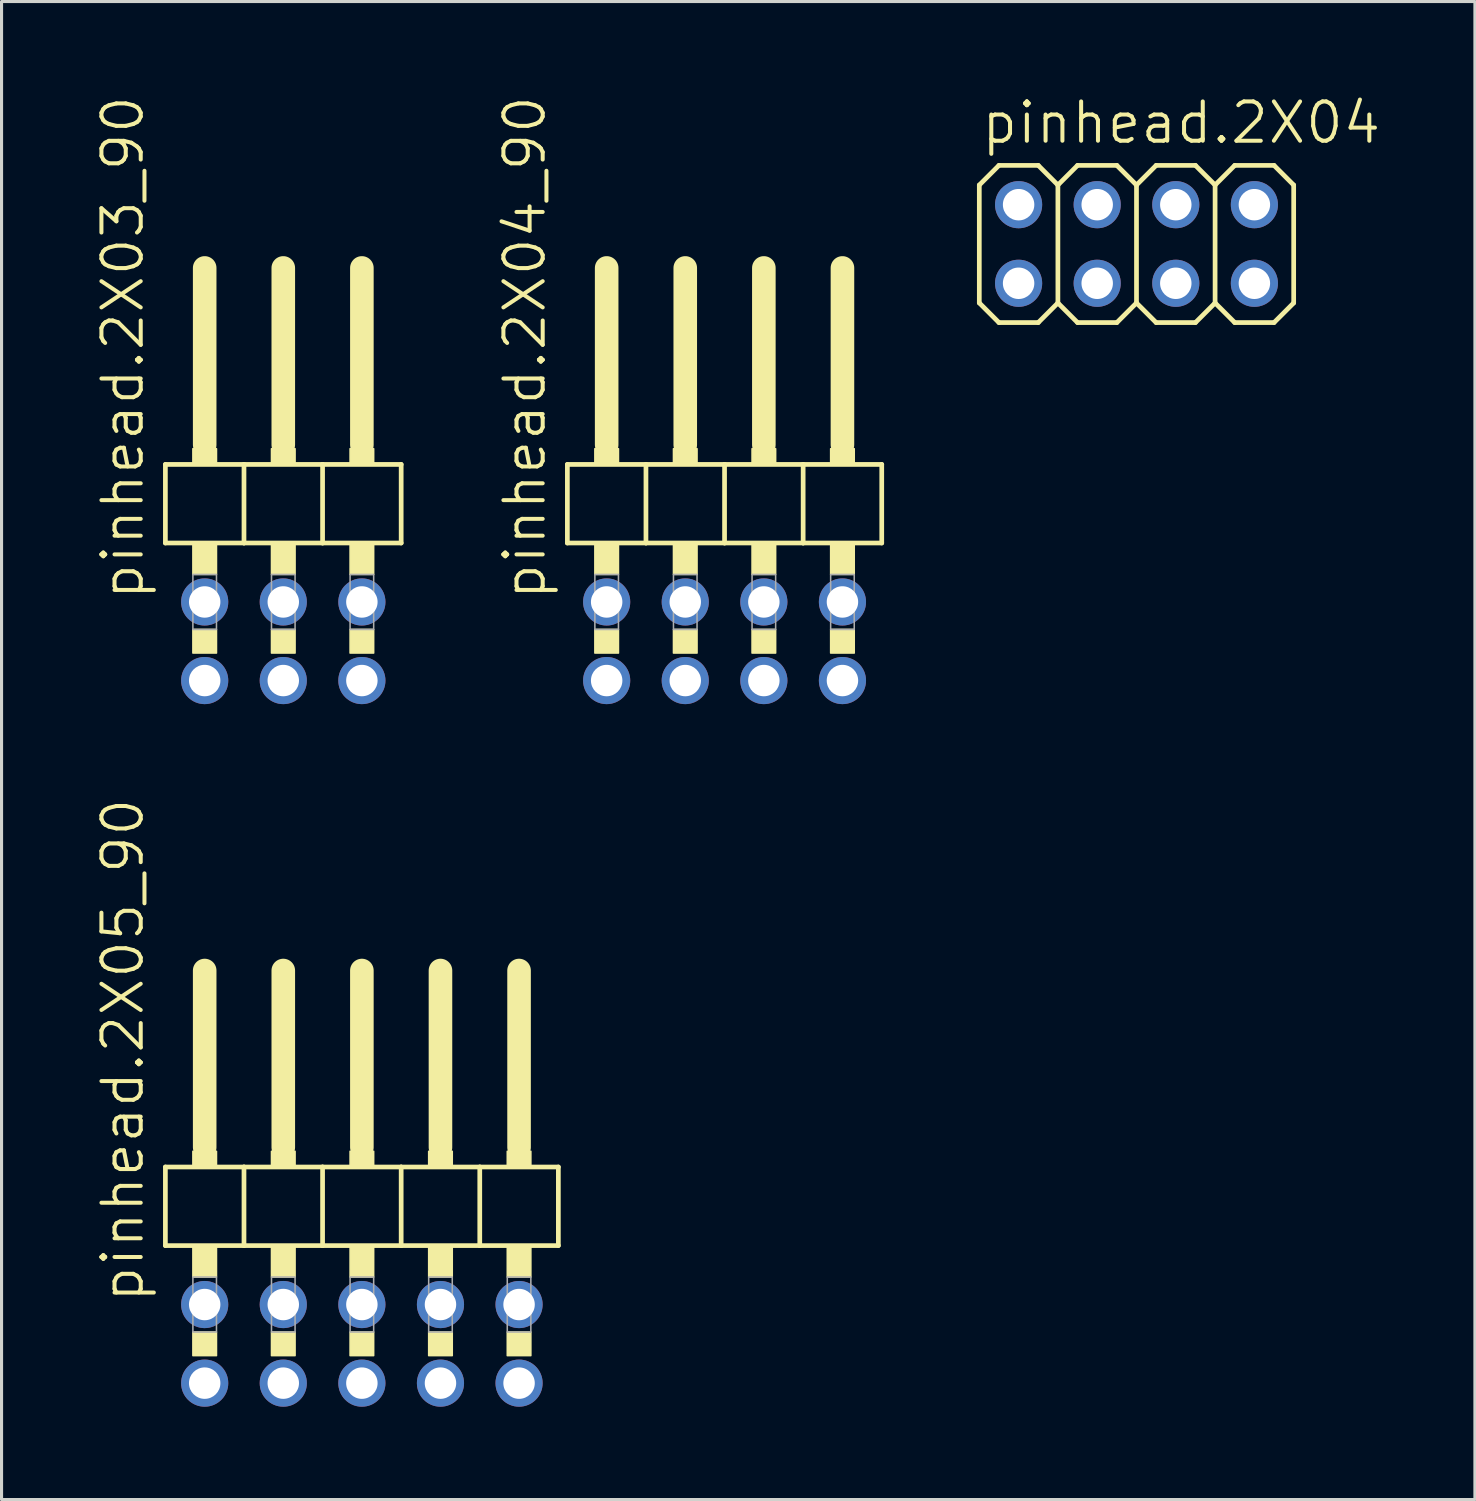
<source format=kicad_pcb>
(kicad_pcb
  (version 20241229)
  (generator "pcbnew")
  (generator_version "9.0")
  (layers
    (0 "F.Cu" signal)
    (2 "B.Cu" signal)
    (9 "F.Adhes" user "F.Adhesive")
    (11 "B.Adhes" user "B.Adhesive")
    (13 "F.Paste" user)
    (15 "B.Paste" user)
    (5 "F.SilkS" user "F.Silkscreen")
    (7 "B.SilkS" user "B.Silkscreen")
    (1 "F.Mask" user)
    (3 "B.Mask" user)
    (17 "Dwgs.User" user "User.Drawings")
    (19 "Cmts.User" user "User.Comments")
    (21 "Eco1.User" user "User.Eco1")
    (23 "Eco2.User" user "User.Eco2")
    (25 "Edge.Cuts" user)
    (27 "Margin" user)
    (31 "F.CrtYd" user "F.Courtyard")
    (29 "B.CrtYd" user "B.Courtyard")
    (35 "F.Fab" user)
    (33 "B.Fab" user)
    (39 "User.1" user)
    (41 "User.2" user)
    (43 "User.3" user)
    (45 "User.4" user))
  (footprint "pinhead.2X03_90"
    (layer "F.Cu")
    (at 6.105 12.594)
    (property "Reference" "pinhead.2X03_90" (at -4.445 3.81 90) (layer "F.SilkS") (effects (font (size 1.27 1.27) (thickness 0.13)) (justify left bottom)))
    (attr through_hole)
    (fp_line (start -3.81 -0.635) (end -3.81 1.905) (stroke (width 0.152) (type default)) (layer "F.SilkS"))
    (fp_line (start -3.81 1.905) (end -1.27 1.905) (stroke (width 0.152) (type default)) (layer "F.SilkS"))
    (fp_line (start -2.54 -6.985) (end -2.54 -1.27) (stroke (width 0.762) (type default)) (layer "F.SilkS"))
    (fp_line (start -1.27 -0.635) (end -3.81 -0.635) (stroke (width 0.152) (type default)) (layer "F.SilkS"))
    (fp_line (start -1.27 1.905) (end -1.27 -0.635) (stroke (width 0.152) (type default)) (layer "F.SilkS"))
    (fp_line (start -1.27 1.905) (end 1.27 1.905) (stroke (width 0.152) (type default)) (layer "F.SilkS"))
    (fp_line (start 0 -6.985) (end 0 -1.27) (stroke (width 0.762) (type default)) (layer "F.SilkS"))
    (fp_line (start 1.27 -0.635) (end -1.27 -0.635) (stroke (width 0.152) (type default)) (layer "F.SilkS"))
    (fp_line (start 1.27 1.905) (end 1.27 -0.635) (stroke (width 0.152) (type default)) (layer "F.SilkS"))
    (fp_line (start 1.27 1.905) (end 3.81 1.905) (stroke (width 0.152) (type default)) (layer "F.SilkS"))
    (fp_line (start 2.54 -6.985) (end 2.54 -1.27) (stroke (width 0.762) (type default)) (layer "F.SilkS"))
    (fp_line (start 3.81 -0.635) (end 1.27 -0.635) (stroke (width 0.152) (type default)) (layer "F.SilkS"))
    (fp_line (start 3.81 1.905) (end 3.81 -0.635) (stroke (width 0.152) (type default)) (layer "F.SilkS"))
    (fp_rect (start -2.921 -0.635) (end -2.159 -1.143) (stroke (width 0.05) (type default)) (fill yes) (layer "F.SilkS"))
    (fp_rect (start -2.921 2.921) (end -2.159 1.905) (stroke (width 0.05) (type default)) (fill yes) (layer "F.SilkS"))
    (fp_rect (start -2.921 5.461) (end -2.159 4.699) (stroke (width 0.05) (type default)) (fill yes) (layer "F.SilkS"))
    (fp_rect (start -0.381 -0.635) (end 0.381 -1.143) (stroke (width 0.05) (type default)) (fill yes) (layer "F.SilkS"))
    (fp_rect (start -0.381 2.921) (end 0.381 1.905) (stroke (width 0.05) (type default)) (fill yes) (layer "F.SilkS"))
    (fp_rect (start -0.381 5.461) (end 0.381 4.699) (stroke (width 0.05) (type default)) (fill yes) (layer "F.SilkS"))
    (fp_rect (start 2.159 -0.635) (end 2.921 -1.143) (stroke (width 0.05) (type default)) (fill yes) (layer "F.SilkS"))
    (fp_rect (start 2.159 2.921) (end 2.921 1.905) (stroke (width 0.05) (type default)) (fill yes) (layer "F.SilkS"))
    (fp_rect (start 2.159 5.461) (end 2.921 4.699) (stroke (width 0.05) (type default)) (fill yes) (layer "F.SilkS"))
    (fp_rect (start -2.921 4.699) (end -2.159 2.921) (stroke (width 0.05) (type default)) (fill no) (layer "F.Fab"))
    (fp_rect (start -0.381 4.699) (end 0.381 2.921) (stroke (width 0.05) (type default)) (fill no) (layer "F.Fab"))
    (fp_rect (start 2.159 4.699) (end 2.921 2.921) (stroke (width 0.05) (type default)) (fill no) (layer "F.Fab"))
    (pad "1" thru_hole circle (at -2.54 6.35) (size 1.524 1.524) (drill 1.016) (layers "*.Cu" "*.Mask"))
    (pad "2" thru_hole circle (at -2.54 3.81) (size 1.524 1.524) (drill 1.016) (layers "*.Cu" "*.Mask"))
    (pad "3" thru_hole circle (at 0 6.35) (size 1.524 1.524) (drill 1.016) (layers "*.Cu" "*.Mask"))
    (pad "4" thru_hole circle (at 0 3.81) (size 1.524 1.524) (drill 1.016) (layers "*.Cu" "*.Mask"))
    (pad "5" thru_hole circle (at 2.54 6.35) (size 1.524 1.524) (drill 1.016) (layers "*.Cu" "*.Mask"))
    (pad "6" thru_hole circle (at 2.54 3.81) (size 1.524 1.524) (drill 1.016) (layers "*.Cu" "*.Mask")))
  (footprint "pinhead.2X04"
    (layer "F.Cu")
    (at 33.679 4.835)
    (property "Reference" "pinhead.2X04" (at -5.08 -3.175 0) (layer "F.SilkS") (effects (font (size 1.27 1.27) (thickness 0.13)) (justify left bottom)))
    (attr through_hole)
    (fp_line (start -5.08 -1.905) (end -4.445 -2.54) (stroke (width 0.152) (type default)) (layer "F.SilkS"))
    (fp_line (start -5.08 1.905) (end -5.08 -1.905) (stroke (width 0.152) (type default)) (layer "F.SilkS"))
    (fp_line (start -5.08 1.905) (end -4.445 2.54) (stroke (width 0.152) (type default)) (layer "F.SilkS"))
    (fp_line (start -4.445 -2.54) (end -3.175 -2.54) (stroke (width 0.152) (type default)) (layer "F.SilkS"))
    (fp_line (start -4.445 2.54) (end -3.175 2.54) (stroke (width 0.152) (type default)) (layer "F.SilkS"))
    (fp_line (start -3.175 -2.54) (end -2.54 -1.905) (stroke (width 0.152) (type default)) (layer "F.SilkS"))
    (fp_line (start -3.175 2.54) (end -2.54 1.905) (stroke (width 0.152) (type default)) (layer "F.SilkS"))
    (fp_line (start -2.54 -1.905) (end -2.54 1.905) (stroke (width 0.152) (type default)) (layer "F.SilkS"))
    (fp_line (start -2.54 -1.905) (end -1.905 -2.54) (stroke (width 0.152) (type default)) (layer "F.SilkS"))
    (fp_line (start -2.54 1.905) (end -1.905 2.54) (stroke (width 0.152) (type default)) (layer "F.SilkS"))
    (fp_line (start -1.905 -2.54) (end -0.635 -2.54) (stroke (width 0.152) (type default)) (layer "F.SilkS"))
    (fp_line (start -1.905 2.54) (end -0.635 2.54) (stroke (width 0.152) (type default)) (layer "F.SilkS"))
    (fp_line (start -0.635 -2.54) (end 0 -1.905) (stroke (width 0.152) (type default)) (layer "F.SilkS"))
    (fp_line (start -0.635 2.54) (end 0 1.905) (stroke (width 0.152) (type default)) (layer "F.SilkS"))
    (fp_line (start 0 -1.905) (end 0 1.905) (stroke (width 0.152) (type default)) (layer "F.SilkS"))
    (fp_line (start 0 -1.905) (end 0.635 -2.54) (stroke (width 0.152) (type default)) (layer "F.SilkS"))
    (fp_line (start 0 1.905) (end 0.635 2.54) (stroke (width 0.152) (type default)) (layer "F.SilkS"))
    (fp_line (start 0.635 -2.54) (end 1.905 -2.54) (stroke (width 0.152) (type default)) (layer "F.SilkS"))
    (fp_line (start 0.635 2.54) (end 1.905 2.54) (stroke (width 0.152) (type default)) (layer "F.SilkS"))
    (fp_line (start 1.905 -2.54) (end 2.54 -1.905) (stroke (width 0.152) (type default)) (layer "F.SilkS"))
    (fp_line (start 1.905 2.54) (end 2.54 1.905) (stroke (width 0.152) (type default)) (layer "F.SilkS"))
    (fp_line (start 2.54 -1.905) (end 2.54 1.905) (stroke (width 0.152) (type default)) (layer "F.SilkS"))
    (fp_line (start 2.54 -1.905) (end 3.175 -2.54) (stroke (width 0.152) (type default)) (layer "F.SilkS"))
    (fp_line (start 2.54 1.905) (end 3.175 2.54) (stroke (width 0.152) (type default)) (layer "F.SilkS"))
    (fp_line (start 3.175 -2.54) (end 4.445 -2.54) (stroke (width 0.152) (type default)) (layer "F.SilkS"))
    (fp_line (start 3.175 2.54) (end 4.445 2.54) (stroke (width 0.152) (type default)) (layer "F.SilkS"))
    (fp_line (start 4.445 -2.54) (end 5.08 -1.905) (stroke (width 0.152) (type default)) (layer "F.SilkS"))
    (fp_line (start 4.445 2.54) (end 5.08 1.905) (stroke (width 0.152) (type default)) (layer "F.SilkS"))
    (fp_line (start 5.08 -1.905) (end 5.08 1.905) (stroke (width 0.152) (type default)) (layer "F.SilkS"))
    (fp_rect (start -4.064 -1.016) (end -3.556 -1.524) (stroke (width 0.05) (type default)) (fill no) (layer "F.Fab"))
    (fp_rect (start -4.064 1.524) (end -3.556 1.016) (stroke (width 0.05) (type default)) (fill no) (layer "F.Fab"))
    (fp_rect (start -1.524 -1.016) (end -1.016 -1.524) (stroke (width 0.05) (type default)) (fill no) (layer "F.Fab"))
    (fp_rect (start -1.524 1.524) (end -1.016 1.016) (stroke (width 0.05) (type default)) (fill no) (layer "F.Fab"))
    (fp_rect (start 1.016 -1.016) (end 1.524 -1.524) (stroke (width 0.05) (type default)) (fill no) (layer "F.Fab"))
    (fp_rect (start 1.016 1.524) (end 1.524 1.016) (stroke (width 0.05) (type default)) (fill no) (layer "F.Fab"))
    (fp_rect (start 3.556 -1.016) (end 4.064 -1.524) (stroke (width 0.05) (type default)) (fill no) (layer "F.Fab"))
    (fp_rect (start 3.556 1.524) (end 4.064 1.016) (stroke (width 0.05) (type default)) (fill no) (layer "F.Fab"))
    (pad "1" thru_hole circle (at -3.81 1.27) (size 1.524 1.524) (drill 1.016) (layers "*.Cu" "*.Mask"))
    (pad "2" thru_hole circle (at -3.81 -1.27) (size 1.524 1.524) (drill 1.016) (layers "*.Cu" "*.Mask"))
    (pad "3" thru_hole circle (at -1.27 1.27) (size 1.524 1.524) (drill 1.016) (layers "*.Cu" "*.Mask"))
    (pad "4" thru_hole circle (at -1.27 -1.27) (size 1.524 1.524) (drill 1.016) (layers "*.Cu" "*.Mask"))
    (pad "5" thru_hole circle (at 1.27 1.27) (size 1.524 1.524) (drill 1.016) (layers "*.Cu" "*.Mask"))
    (pad "6" thru_hole circle (at 1.27 -1.27) (size 1.524 1.524) (drill 1.016) (layers "*.Cu" "*.Mask"))
    (pad "7" thru_hole circle (at 3.81 1.27) (size 1.524 1.524) (drill 1.016) (layers "*.Cu" "*.Mask"))
    (pad "8" thru_hole circle (at 3.81 -1.27) (size 1.524 1.524) (drill 1.016) (layers "*.Cu" "*.Mask")))
  (footprint "pinhead.2X05_90"
    (layer "F.Cu")
    (at 8.645 35.3)
    (property "Reference" "pinhead.2X05_90" (at -6.985 3.81 90) (layer "F.SilkS") (effects (font (size 1.27 1.27) (thickness 0.13)) (justify left bottom)))
    (attr through_hole)
    (fp_line (start -6.35 -0.635) (end -6.35 1.905) (stroke (width 0.152) (type default)) (layer "F.SilkS"))
    (fp_line (start -6.35 1.905) (end -3.81 1.905) (stroke (width 0.152) (type default)) (layer "F.SilkS"))
    (fp_line (start -5.08 -6.985) (end -5.08 -1.27) (stroke (width 0.762) (type default)) (layer "F.SilkS"))
    (fp_line (start -3.81 -0.635) (end -6.35 -0.635) (stroke (width 0.152) (type default)) (layer "F.SilkS"))
    (fp_line (start -3.81 1.905) (end -3.81 -0.635) (stroke (width 0.152) (type default)) (layer "F.SilkS"))
    (fp_line (start -3.81 1.905) (end -1.27 1.905) (stroke (width 0.152) (type default)) (layer "F.SilkS"))
    (fp_line (start -2.54 -6.985) (end -2.54 -1.27) (stroke (width 0.762) (type default)) (layer "F.SilkS"))
    (fp_line (start -1.27 -0.635) (end -3.81 -0.635) (stroke (width 0.152) (type default)) (layer "F.SilkS"))
    (fp_line (start -1.27 1.905) (end -1.27 -0.635) (stroke (width 0.152) (type default)) (layer "F.SilkS"))
    (fp_line (start -1.27 1.905) (end 1.27 1.905) (stroke (width 0.152) (type default)) (layer "F.SilkS"))
    (fp_line (start 0 -6.985) (end 0 -1.27) (stroke (width 0.762) (type default)) (layer "F.SilkS"))
    (fp_line (start 1.27 -0.635) (end -1.27 -0.635) (stroke (width 0.152) (type default)) (layer "F.SilkS"))
    (fp_line (start 1.27 1.905) (end 1.27 -0.635) (stroke (width 0.152) (type default)) (layer "F.SilkS"))
    (fp_line (start 1.27 1.905) (end 3.81 1.905) (stroke (width 0.152) (type default)) (layer "F.SilkS"))
    (fp_line (start 2.54 -6.985) (end 2.54 -1.27) (stroke (width 0.762) (type default)) (layer "F.SilkS"))
    (fp_line (start 3.81 -0.635) (end 1.27 -0.635) (stroke (width 0.152) (type default)) (layer "F.SilkS"))
    (fp_line (start 3.81 1.905) (end 3.81 -0.635) (stroke (width 0.152) (type default)) (layer "F.SilkS"))
    (fp_line (start 3.81 1.905) (end 6.35 1.905) (stroke (width 0.152) (type default)) (layer "F.SilkS"))
    (fp_line (start 5.08 -6.985) (end 5.08 -1.27) (stroke (width 0.762) (type default)) (layer "F.SilkS"))
    (fp_line (start 6.35 -0.635) (end 3.81 -0.635) (stroke (width 0.152) (type default)) (layer "F.SilkS"))
    (fp_line (start 6.35 1.905) (end 6.35 -0.635) (stroke (width 0.152) (type default)) (layer "F.SilkS"))
    (fp_rect (start -5.461 -0.635) (end -4.699 -1.143) (stroke (width 0.05) (type default)) (fill yes) (layer "F.SilkS"))
    (fp_rect (start -5.461 2.921) (end -4.699 1.905) (stroke (width 0.05) (type default)) (fill yes) (layer "F.SilkS"))
    (fp_rect (start -5.461 5.461) (end -4.699 4.699) (stroke (width 0.05) (type default)) (fill yes) (layer "F.SilkS"))
    (fp_rect (start -2.921 -0.635) (end -2.159 -1.143) (stroke (width 0.05) (type default)) (fill yes) (layer "F.SilkS"))
    (fp_rect (start -2.921 2.921) (end -2.159 1.905) (stroke (width 0.05) (type default)) (fill yes) (layer "F.SilkS"))
    (fp_rect (start -2.921 5.461) (end -2.159 4.699) (stroke (width 0.05) (type default)) (fill yes) (layer "F.SilkS"))
    (fp_rect (start -0.381 -0.635) (end 0.381 -1.143) (stroke (width 0.05) (type default)) (fill yes) (layer "F.SilkS"))
    (fp_rect (start -0.381 2.921) (end 0.381 1.905) (stroke (width 0.05) (type default)) (fill yes) (layer "F.SilkS"))
    (fp_rect (start -0.381 5.461) (end 0.381 4.699) (stroke (width 0.05) (type default)) (fill yes) (layer "F.SilkS"))
    (fp_rect (start 2.159 -0.635) (end 2.921 -1.143) (stroke (width 0.05) (type default)) (fill yes) (layer "F.SilkS"))
    (fp_rect (start 2.159 2.921) (end 2.921 1.905) (stroke (width 0.05) (type default)) (fill yes) (layer "F.SilkS"))
    (fp_rect (start 2.159 5.461) (end 2.921 4.699) (stroke (width 0.05) (type default)) (fill yes) (layer "F.SilkS"))
    (fp_rect (start 4.699 -0.635) (end 5.461 -1.143) (stroke (width 0.05) (type default)) (fill yes) (layer "F.SilkS"))
    (fp_rect (start 4.699 2.921) (end 5.461 1.905) (stroke (width 0.05) (type default)) (fill yes) (layer "F.SilkS"))
    (fp_rect (start 4.699 5.461) (end 5.461 4.699) (stroke (width 0.05) (type default)) (fill yes) (layer "F.SilkS"))
    (fp_rect (start -5.461 4.699) (end -4.699 2.921) (stroke (width 0.05) (type default)) (fill no) (layer "F.Fab"))
    (fp_rect (start -2.921 4.699) (end -2.159 2.921) (stroke (width 0.05) (type default)) (fill no) (layer "F.Fab"))
    (fp_rect (start -0.381 4.699) (end 0.381 2.921) (stroke (width 0.05) (type default)) (fill no) (layer "F.Fab"))
    (fp_rect (start 2.159 4.699) (end 2.921 2.921) (stroke (width 0.05) (type default)) (fill no) (layer "F.Fab"))
    (fp_rect (start 4.699 4.699) (end 5.461 2.921) (stroke (width 0.05) (type default)) (fill no) (layer "F.Fab"))
    (pad "1" thru_hole circle (at -5.08 6.35) (size 1.524 1.524) (drill 1.016) (layers "*.Cu" "*.Mask"))
    (pad "2" thru_hole circle (at -5.08 3.81) (size 1.524 1.524) (drill 1.016) (layers "*.Cu" "*.Mask"))
    (pad "3" thru_hole circle (at -2.54 6.35) (size 1.524 1.524) (drill 1.016) (layers "*.Cu" "*.Mask"))
    (pad "4" thru_hole circle (at -2.54 3.81) (size 1.524 1.524) (drill 1.016) (layers "*.Cu" "*.Mask"))
    (pad "5" thru_hole circle (at 0 6.35) (size 1.524 1.524) (drill 1.016) (layers "*.Cu" "*.Mask"))
    (pad "6" thru_hole circle (at 0 3.81) (size 1.524 1.524) (drill 1.016) (layers "*.Cu" "*.Mask"))
    (pad "7" thru_hole circle (at 2.54 6.35) (size 1.524 1.524) (drill 1.016) (layers "*.Cu" "*.Mask"))
    (pad "8" thru_hole circle (at 2.54 3.81) (size 1.524 1.524) (drill 1.016) (layers "*.Cu" "*.Mask"))
    (pad "9" thru_hole circle (at 5.08 6.35) (size 1.524 1.524) (drill 1.016) (layers "*.Cu" "*.Mask"))
    (pad "10" thru_hole circle (at 5.08 3.81) (size 1.524 1.524) (drill 1.016) (layers "*.Cu" "*.Mask")))
  (footprint "pinhead.2X04_90"
    (layer "F.Cu")
    (at 20.366 12.594)
    (property "Reference" "pinhead.2X04_90" (at -5.715 3.81 90) (layer "F.SilkS") (effects (font (size 1.27 1.27) (thickness 0.13)) (justify left bottom)))
    (attr through_hole)
    (fp_line (start -5.08 -0.635) (end -5.08 1.905) (stroke (width 0.152) (type default)) (layer "F.SilkS"))
    (fp_line (start -5.08 1.905) (end -2.54 1.905) (stroke (width 0.152) (type default)) (layer "F.SilkS"))
    (fp_line (start -3.81 -6.985) (end -3.81 -1.27) (stroke (width 0.762) (type default)) (layer "F.SilkS"))
    (fp_line (start -2.54 -0.635) (end -5.08 -0.635) (stroke (width 0.152) (type default)) (layer "F.SilkS"))
    (fp_line (start -2.54 1.905) (end -2.54 -0.635) (stroke (width 0.152) (type default)) (layer "F.SilkS"))
    (fp_line (start -2.54 1.905) (end 0 1.905) (stroke (width 0.152) (type default)) (layer "F.SilkS"))
    (fp_line (start -1.27 -6.985) (end -1.27 -1.27) (stroke (width 0.762) (type default)) (layer "F.SilkS"))
    (fp_line (start 0 -0.635) (end -2.54 -0.635) (stroke (width 0.152) (type default)) (layer "F.SilkS"))
    (fp_line (start 0 1.905) (end 0 -0.635) (stroke (width 0.152) (type default)) (layer "F.SilkS"))
    (fp_line (start 0 1.905) (end 2.54 1.905) (stroke (width 0.152) (type default)) (layer "F.SilkS"))
    (fp_line (start 1.27 -6.985) (end 1.27 -1.27) (stroke (width 0.762) (type default)) (layer "F.SilkS"))
    (fp_line (start 2.54 -0.635) (end 0 -0.635) (stroke (width 0.152) (type default)) (layer "F.SilkS"))
    (fp_line (start 2.54 1.905) (end 2.54 -0.635) (stroke (width 0.152) (type default)) (layer "F.SilkS"))
    (fp_line (start 2.54 1.905) (end 5.08 1.905) (stroke (width 0.152) (type default)) (layer "F.SilkS"))
    (fp_line (start 3.81 -6.985) (end 3.81 -1.27) (stroke (width 0.762) (type default)) (layer "F.SilkS"))
    (fp_line (start 5.08 -0.635) (end 2.54 -0.635) (stroke (width 0.152) (type default)) (layer "F.SilkS"))
    (fp_line (start 5.08 1.905) (end 5.08 -0.635) (stroke (width 0.152) (type default)) (layer "F.SilkS"))
    (fp_rect (start -4.191 -0.635) (end -3.429 -1.143) (stroke (width 0.05) (type default)) (fill yes) (layer "F.SilkS"))
    (fp_rect (start -4.191 2.921) (end -3.429 1.905) (stroke (width 0.05) (type default)) (fill yes) (layer "F.SilkS"))
    (fp_rect (start -4.191 5.461) (end -3.429 4.699) (stroke (width 0.05) (type default)) (fill yes) (layer "F.SilkS"))
    (fp_rect (start -1.651 -0.635) (end -0.889 -1.143) (stroke (width 0.05) (type default)) (fill yes) (layer "F.SilkS"))
    (fp_rect (start -1.651 2.921) (end -0.889 1.905) (stroke (width 0.05) (type default)) (fill yes) (layer "F.SilkS"))
    (fp_rect (start -1.651 5.461) (end -0.889 4.699) (stroke (width 0.05) (type default)) (fill yes) (layer "F.SilkS"))
    (fp_rect (start 0.889 -0.635) (end 1.651 -1.143) (stroke (width 0.05) (type default)) (fill yes) (layer "F.SilkS"))
    (fp_rect (start 0.889 2.921) (end 1.651 1.905) (stroke (width 0.05) (type default)) (fill yes) (layer "F.SilkS"))
    (fp_rect (start 0.889 5.461) (end 1.651 4.699) (stroke (width 0.05) (type default)) (fill yes) (layer "F.SilkS"))
    (fp_rect (start 3.429 -0.635) (end 4.191 -1.143) (stroke (width 0.05) (type default)) (fill yes) (layer "F.SilkS"))
    (fp_rect (start 3.429 2.921) (end 4.191 1.905) (stroke (width 0.05) (type default)) (fill yes) (layer "F.SilkS"))
    (fp_rect (start 3.429 5.461) (end 4.191 4.699) (stroke (width 0.05) (type default)) (fill yes) (layer "F.SilkS"))
    (fp_rect (start -4.191 4.699) (end -3.429 2.921) (stroke (width 0.05) (type default)) (fill no) (layer "F.Fab"))
    (fp_rect (start -1.651 4.699) (end -0.889 2.921) (stroke (width 0.05) (type default)) (fill no) (layer "F.Fab"))
    (fp_rect (start 0.889 4.699) (end 1.651 2.921) (stroke (width 0.05) (type default)) (fill no) (layer "F.Fab"))
    (fp_rect (start 3.429 4.699) (end 4.191 2.921) (stroke (width 0.05) (type default)) (fill no) (layer "F.Fab"))
    (pad "1" thru_hole circle (at -3.81 6.35) (size 1.524 1.524) (drill 1.016) (layers "*.Cu" "*.Mask"))
    (pad "2" thru_hole circle (at -3.81 3.81) (size 1.524 1.524) (drill 1.016) (layers "*.Cu" "*.Mask"))
    (pad "3" thru_hole circle (at -1.27 6.35) (size 1.524 1.524) (drill 1.016) (layers "*.Cu" "*.Mask"))
    (pad "4" thru_hole circle (at -1.27 3.81) (size 1.524 1.524) (drill 1.016) (layers "*.Cu" "*.Mask"))
    (pad "5" thru_hole circle (at 1.27 6.35) (size 1.524 1.524) (drill 1.016) (layers "*.Cu" "*.Mask"))
    (pad "6" thru_hole circle (at 1.27 3.81) (size 1.524 1.524) (drill 1.016) (layers "*.Cu" "*.Mask"))
    (pad "7" thru_hole circle (at 3.81 6.35) (size 1.524 1.524) (drill 1.016) (layers "*.Cu" "*.Mask"))
    (pad "8" thru_hole circle (at 3.81 3.81) (size 1.524 1.524) (drill 1.016) (layers "*.Cu" "*.Mask")))
  (gr_rect
    (start -3 -3)
    (end 44.616 45.412)
    (stroke (width 0.1) (type default))
    (fill no)
    (layer "Edge.Cuts")))
</source>
